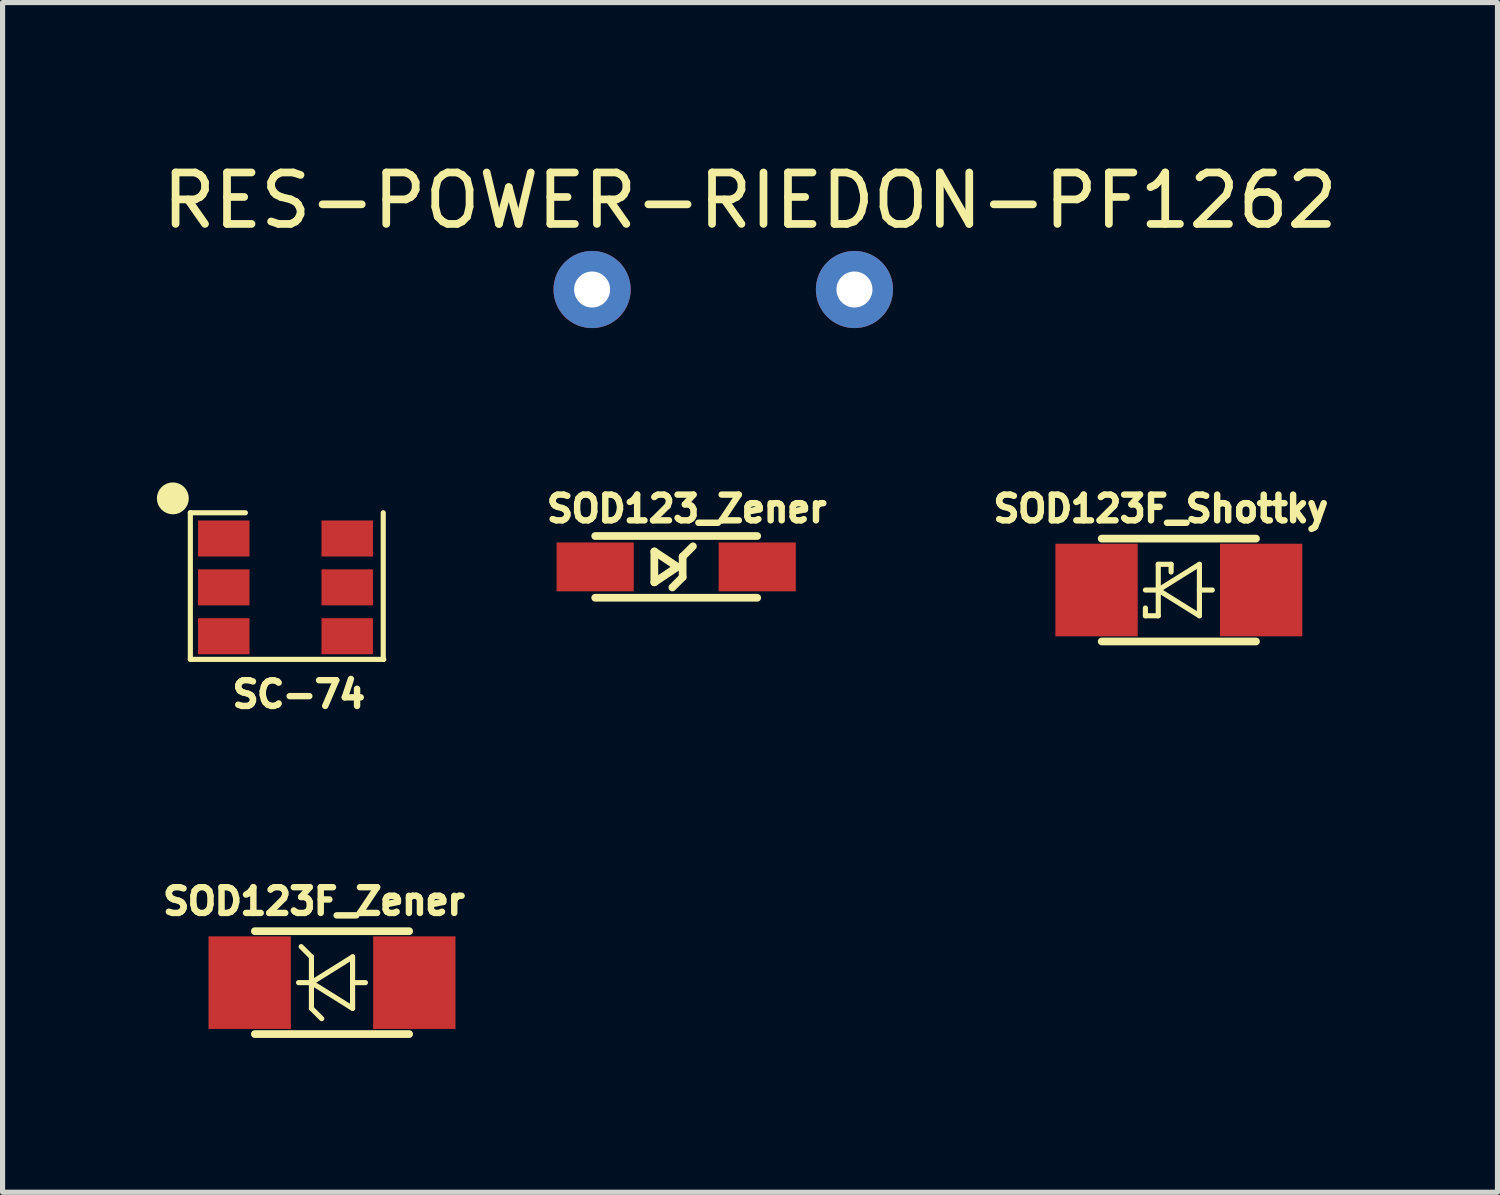
<source format=kicad_pcb>
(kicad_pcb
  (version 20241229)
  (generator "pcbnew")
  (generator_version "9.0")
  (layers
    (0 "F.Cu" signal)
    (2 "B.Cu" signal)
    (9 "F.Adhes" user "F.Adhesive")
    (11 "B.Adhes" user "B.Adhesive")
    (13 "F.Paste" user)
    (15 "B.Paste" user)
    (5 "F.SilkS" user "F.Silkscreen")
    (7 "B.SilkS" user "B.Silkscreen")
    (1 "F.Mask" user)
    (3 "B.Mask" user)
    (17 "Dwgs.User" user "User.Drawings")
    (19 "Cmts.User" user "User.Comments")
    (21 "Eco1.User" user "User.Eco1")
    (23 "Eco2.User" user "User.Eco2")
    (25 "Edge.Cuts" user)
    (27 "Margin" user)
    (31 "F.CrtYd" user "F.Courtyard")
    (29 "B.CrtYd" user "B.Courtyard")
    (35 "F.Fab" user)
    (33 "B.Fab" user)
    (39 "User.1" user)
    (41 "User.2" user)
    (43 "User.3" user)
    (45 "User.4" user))
  (footprint "SOD123_Zener"
    (layer "F.Cu")
    (at 8.52 7.97)
    (property "Reference" "SOD123_Zener" (at 1.78 -1.13 0) (layer "F.SilkS") (effects (font (size 0.5 0.5) (thickness 0.125))))
    (attr through_hole)
    (fp_line (start 0 -0.6) (end 3.15 -0.6) (stroke (width 0.15) (type solid)) (layer "F.SilkS"))
    (fp_line (start 0 0.6) (end 3.15 0.6) (stroke (width 0.15) (type solid)) (layer "F.SilkS"))
    (fp_line (start 1.15 -0.3) (end 1.15 0.3) (stroke (width 0.15) (type solid)) (layer "F.SilkS"))
    (fp_line (start 1.15 0.3) (end 1.6 0) (stroke (width 0.15) (type solid)) (layer "F.SilkS"))
    (fp_line (start 1.5 0.4) (end 1.7 0.2) (stroke (width 0.15) (type solid)) (layer "F.SilkS"))
    (fp_line (start 1.6 0) (end 1.15 -0.3) (stroke (width 0.15) (type solid)) (layer "F.SilkS"))
    (fp_line (start 1.7 -0.2) (end 1.9 -0.4) (stroke (width 0.15) (type solid)) (layer "F.SilkS"))
    (fp_line (start 1.7 0.2) (end 1.7 -0.2) (stroke (width 0.15) (type solid)) (layer "F.SilkS"))
    (pad "1" smd rect (at 0 0) (size 1.5 0.95) (layers "F.Cu" "F.Mask" "F.Paste"))
    (pad "2" smd rect (at 3.15 0) (size 1.5 0.95) (layers "F.Cu" "F.Mask" "F.Paste")))
  (footprint "SOD123F_Zener"
    (layer "F.Cu")
    (at 3.404 16.052)
    (property "Reference" "SOD123F_Zener" (at -0.35 -1.58 0) (layer "F.SilkS") (effects (font (size 0.5 0.5) (thickness 0.125))))
    (attr through_hole)
    (fp_line (start -1.5 -1) (end 1.5 -1) (stroke (width 0.15) (type solid)) (layer "F.SilkS"))
    (fp_line (start -1.5 1) (end 1.5 1) (stroke (width 0.15) (type solid)) (layer "F.SilkS"))
    (fp_line (start -0.4 -0.5) (end -0.6 -0.7) (stroke (width 0.1) (type solid)) (layer "F.SilkS"))
    (fp_line (start -0.4 -0.5) (end -0.4 0.5) (stroke (width 0.1) (type solid)) (layer "F.SilkS"))
    (fp_line (start -0.4 0) (end -0.65 0) (stroke (width 0.1) (type solid)) (layer "F.SilkS"))
    (fp_line (start -0.4 0) (end 0.4 -0.5) (stroke (width 0.1) (type solid)) (layer "F.SilkS"))
    (fp_line (start -0.4 0) (end 0.4 0.5) (stroke (width 0.1) (type solid)) (layer "F.SilkS"))
    (fp_line (start -0.4 0.5) (end -0.2 0.7) (stroke (width 0.1) (type solid)) (layer "F.SilkS"))
    (fp_line (start 0.4 -0.5) (end 0.4 0.5) (stroke (width 0.1) (type solid)) (layer "F.SilkS"))
    (fp_line (start 0.4 0) (end 0.65 0) (stroke (width 0.1) (type solid)) (layer "F.SilkS"))
    (pad "1" smd rect (at 1.6 0) (size 1.6 1.8) (layers "F.Cu" "F.Mask" "F.Paste"))
    (pad "2" smd rect (at -1.6 0) (size 1.6 1.8) (layers "F.Cu" "F.Mask" "F.Paste")))
  (footprint "RES-POWER-RIEDON-PF1262"
    (layer "F.Cu")
    (at 8.46 2.578)
    (property "Reference" "RES-POWER-RIEDON-PF1262" (at 3.07 -1.73 0) (layer "F.SilkS") (effects (font (size 1 1) (thickness 0.15))))
    (attr through_hole)
    (pad "1" thru_hole circle (at 0 0) (size 1.5 1.5) (drill 0.7) (layers "*.Cu" "*.Mask"))
    (pad "2" thru_hole circle (at 5.1 0) (size 1.5 1.5) (drill 0.7) (layers "*.Cu" "*.Mask")))
  (footprint "SC-74"
    (layer "F.Cu")
    (at 1.3 7.418)
    (property "Reference" "SC-74" (at 1.46 3.03 0) (layer "F.SilkS") (effects (font (size 0.5 0.5) (thickness 0.125))))
    (attr through_hole)
    (fp_line (start -0.65 -0.5) (end 0.42 -0.5) (stroke (width 0.1) (type solid)) (layer "F.SilkS"))
    (fp_line (start -0.65 2.35) (end -0.65 -0.5) (stroke (width 0.1) (type solid)) (layer "F.SilkS"))
    (fp_line (start 3.1 2.35) (end 3.1 -0.5) (stroke (width 0.1) (type solid)) (layer "F.SilkS"))
    (fp_line (start 3.11 2.35) (end -0.65 2.35) (stroke (width 0.1) (type solid)) (layer "F.SilkS"))
    (fp_circle (center -0.99 -0.78) (end -0.84 -0.82) (stroke (width 0.31) (type solid)) (fill no) (layer "F.SilkS"))
    (pad "1" smd rect (at 0 0) (size 1 0.7) (layers "F.Cu" "F.Mask" "F.Paste"))
    (pad "2" smd rect (at 0 0.95) (size 1 0.7) (layers "F.Cu" "F.Mask" "F.Paste"))
    (pad "3" smd rect (at 0 1.9) (size 1 0.7) (layers "F.Cu" "F.Mask" "F.Paste"))
    (pad "4" smd rect (at 2.4 1.9) (size 1 0.7) (layers "F.Cu" "F.Mask" "F.Paste"))
    (pad "5" smd rect (at 2.4 0.95) (size 1 0.7) (layers "F.Cu" "F.Mask" "F.Paste"))
    (pad "6" smd rect (at 2.4 0) (size 1 0.7) (layers "F.Cu" "F.Mask" "F.Paste")))
  (footprint "SOD123F_Shottky"
    (layer "F.Cu")
    (at 19.866 8.42)
    (property "Reference" "SOD123F_Shottky" (at -0.35 -1.58 0) (layer "F.SilkS") (effects (font (size 0.5 0.5) (thickness 0.125))))
    (attr through_hole)
    (fp_line (start -1.5 -1) (end 1.5 -1) (stroke (width 0.15) (type solid)) (layer "F.SilkS"))
    (fp_line (start -1.5 1) (end 1.5 1) (stroke (width 0.15) (type solid)) (layer "F.SilkS"))
    (fp_line (start -0.65 0.5) (end -0.65 0.35) (stroke (width 0.1) (type solid)) (layer "F.SilkS"))
    (fp_line (start -0.4 -0.5) (end -0.4 0.5) (stroke (width 0.1) (type solid)) (layer "F.SilkS"))
    (fp_line (start -0.4 -0.5) (end -0.15 -0.5) (stroke (width 0.1) (type solid)) (layer "F.SilkS"))
    (fp_line (start -0.4 0) (end -0.65 0) (stroke (width 0.1) (type solid)) (layer "F.SilkS"))
    (fp_line (start -0.4 0) (end 0.4 -0.5) (stroke (width 0.1) (type solid)) (layer "F.SilkS"))
    (fp_line (start -0.4 0) (end 0.4 0.5) (stroke (width 0.1) (type solid)) (layer "F.SilkS"))
    (fp_line (start -0.4 0.5) (end -0.65 0.5) (stroke (width 0.1) (type solid)) (layer "F.SilkS"))
    (fp_line (start -0.15 -0.5) (end -0.15 -0.35) (stroke (width 0.1) (type solid)) (layer "F.SilkS"))
    (fp_line (start 0.4 -0.5) (end 0.4 0.5) (stroke (width 0.1) (type solid)) (layer "F.SilkS"))
    (fp_line (start 0.4 0) (end 0.65 0) (stroke (width 0.1) (type solid)) (layer "F.SilkS"))
    (pad "1" smd rect (at 1.6 0) (size 1.6 1.8) (layers "F.Cu" "F.Mask" "F.Paste"))
    (pad "2" smd rect (at -1.6 0) (size 1.6 1.8) (layers "F.Cu" "F.Mask" "F.Paste")))
  (gr_rect
    (start -3 -3)
    (end 26.06 20.127)
    (stroke (width 0.1) (type default))
    (fill no)
    (layer "Edge.Cuts")))
</source>
